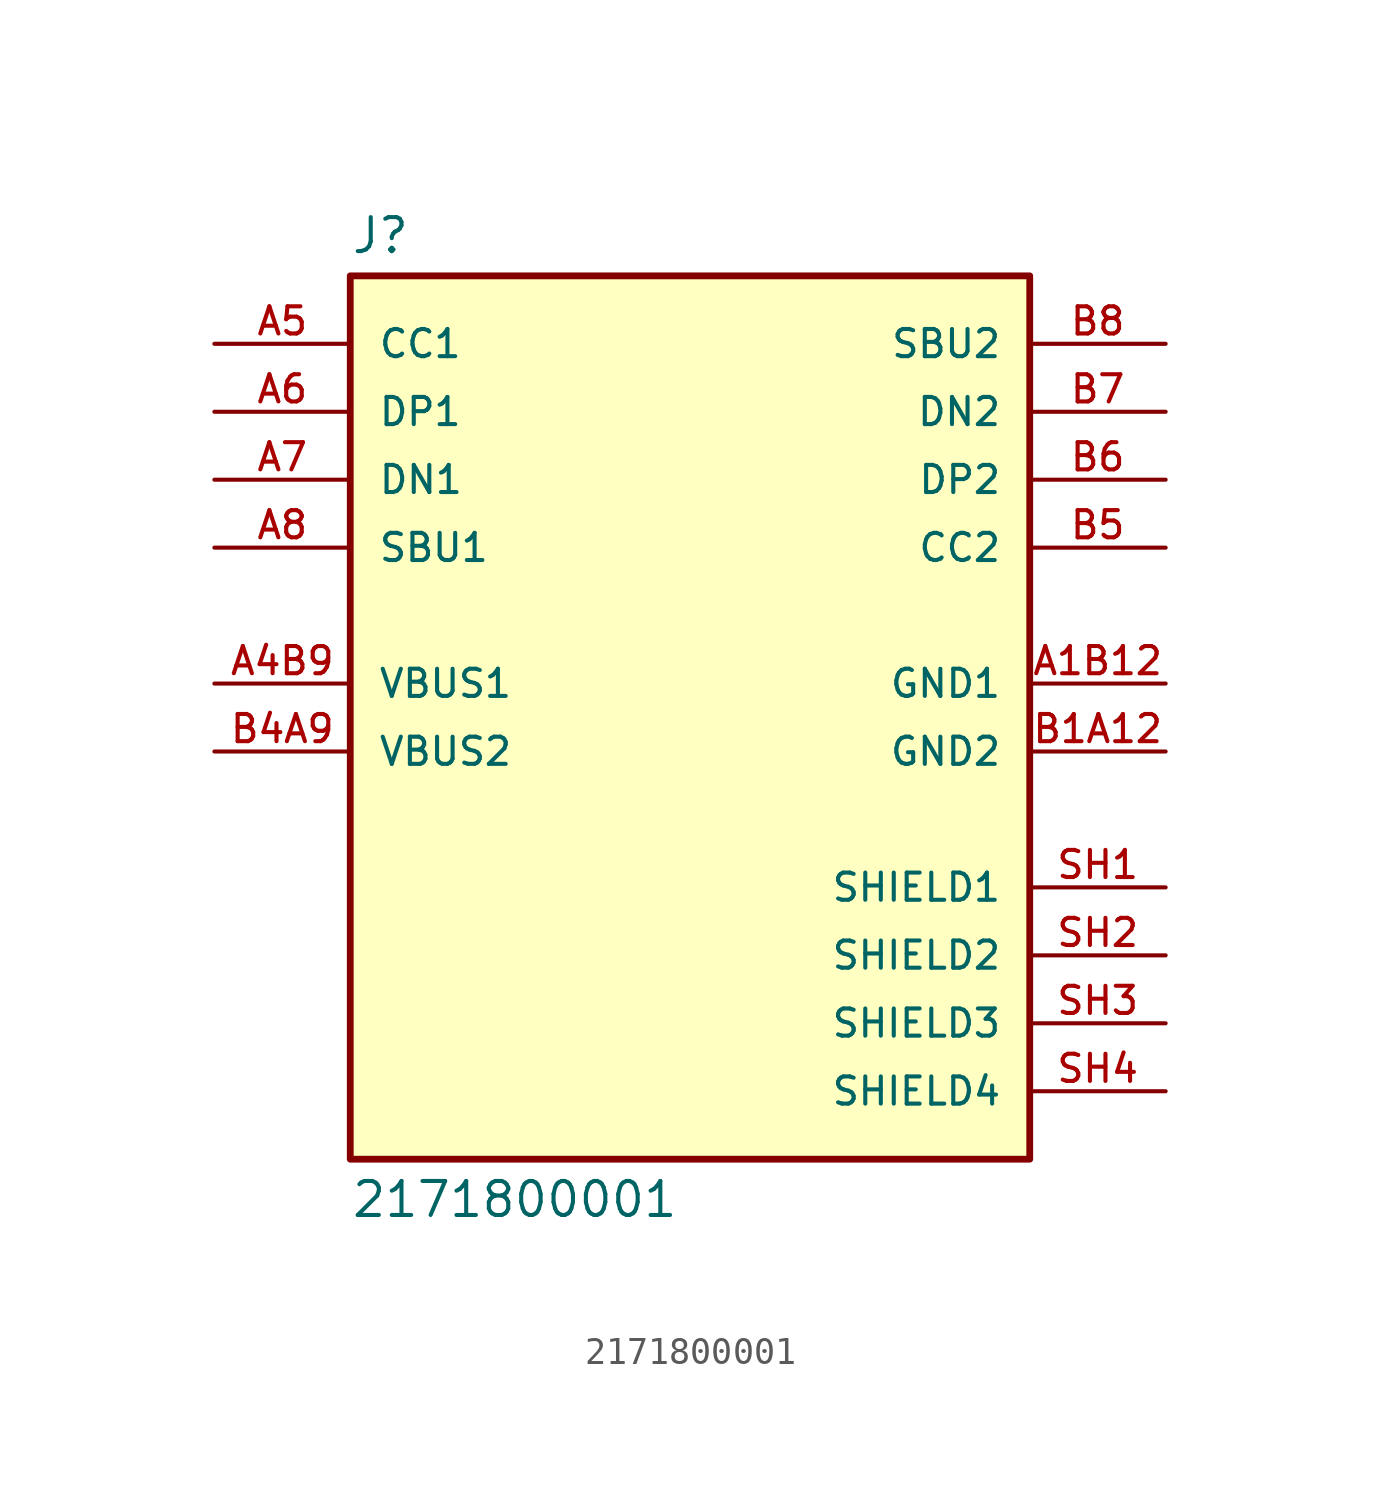
<source format=kicad_sym>
(kicad_symbol_lib
  (version 20211014)
  (generator kicad_symbol_editor)
  (symbol "2171800001"
    (pin_names
      (offset 1.016))
    (property "Reference" "J"
      (at -12.7 16.002 0)
      (effects (font (size 1.27 1.27)) (justify bottom left)))
    (property "Value" "2171800001"
      (at -12.7 -18.542 0.0)
      (effects (font (size 1.27 1.27)) (justify top left)))
    (symbol "2171800001_0_0"
      (rectangle (start -12.7 -17.78) (end 12.7 15.24) (stroke (width 0.254)) (fill (type background)))
      (pin power_in line (at 17.78 0.0 180.0) (length 5.08) (name "GND1" (effects (font (size 1.016 1.016)))) (number "A1B12" (effects (font (size 1.016 1.016)))))
      (pin power_in line (at -17.78 0.0 0) (length 5.08) (name "VBUS1" (effects (font (size 1.016 1.016)))) (number "A4B9" (effects (font (size 1.016 1.016)))))
      (pin bidirectional line (at -17.78 10.16 0) (length 5.08) (name "DP1" (effects (font (size 1.016 1.016)))) (number "A6" (effects (font (size 1.016 1.016)))))
      (pin bidirectional line (at -17.78 12.7 0) (length 5.08) (name "CC1" (effects (font (size 1.016 1.016)))) (number "A5" (effects (font (size 1.016 1.016)))))
      (pin bidirectional line (at -17.78 5.08 0) (length 5.08) (name "SBU1" (effects (font (size 1.016 1.016)))) (number "A8" (effects (font (size 1.016 1.016)))))
      (pin bidirectional line (at -17.78 7.62 0) (length 5.08) (name "DN1" (effects (font (size 1.016 1.016)))) (number "A7" (effects (font (size 1.016 1.016)))))
      (pin passive line (at 17.78 -15.24 180.0) (length 5.08) (name "SHIELD4" (effects (font (size 1.016 1.016)))) (number "SH4" (effects (font (size 1.016 1.016)))))
      (pin power_in line (at 17.78 -2.54 180.0) (length 5.08) (name "GND2" (effects (font (size 1.016 1.016)))) (number "B1A12" (effects (font (size 1.016 1.016)))))
      (pin power_in line (at -17.78 -2.54 0) (length 5.08) (name "VBUS2" (effects (font (size 1.016 1.016)))) (number "B4A9" (effects (font (size 1.016 1.016)))))
      (pin bidirectional line (at 17.78 7.62 180.0) (length 5.08) (name "DP2" (effects (font (size 1.016 1.016)))) (number "B6" (effects (font (size 1.016 1.016)))))
      (pin bidirectional line (at 17.78 5.08 180.0) (length 5.08) (name "CC2" (effects (font (size 1.016 1.016)))) (number "B5" (effects (font (size 1.016 1.016)))))
      (pin bidirectional line (at 17.78 12.7 180.0) (length 5.08) (name "SBU2" (effects (font (size 1.016 1.016)))) (number "B8" (effects (font (size 1.016 1.016)))))
      (pin bidirectional line (at 17.78 10.16 180.0) (length 5.08) (name "DN2" (effects (font (size 1.016 1.016)))) (number "B7" (effects (font (size 1.016 1.016)))))
      (pin passive line (at 17.78 -7.62 180.0) (length 5.08) (name "SHIELD1" (effects (font (size 1.016 1.016)))) (number "SH1" (effects (font (size 1.016 1.016)))))
      (pin passive line (at 17.78 -10.16 180.0) (length 5.08) (name "SHIELD2" (effects (font (size 1.016 1.016)))) (number "SH2" (effects (font (size 1.016 1.016)))))
      (pin passive line (at 17.78 -12.7 180.0) (length 5.08) (name "SHIELD3" (effects (font (size 1.016 1.016)))) (number "SH3" (effects (font (size 1.016 1.016))))))))
</source>
